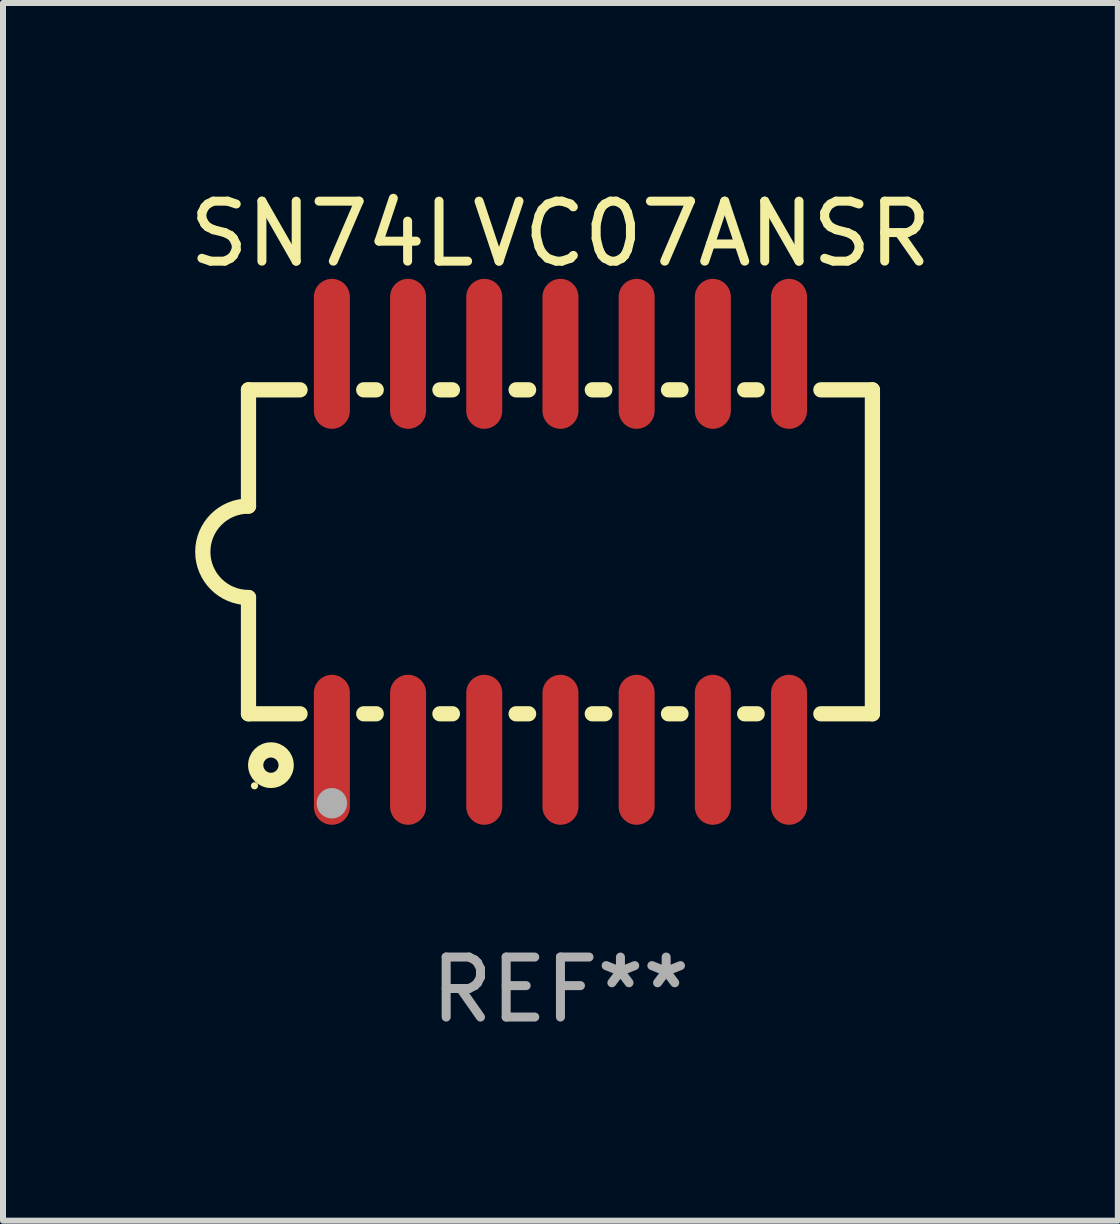
<source format=kicad_pcb>
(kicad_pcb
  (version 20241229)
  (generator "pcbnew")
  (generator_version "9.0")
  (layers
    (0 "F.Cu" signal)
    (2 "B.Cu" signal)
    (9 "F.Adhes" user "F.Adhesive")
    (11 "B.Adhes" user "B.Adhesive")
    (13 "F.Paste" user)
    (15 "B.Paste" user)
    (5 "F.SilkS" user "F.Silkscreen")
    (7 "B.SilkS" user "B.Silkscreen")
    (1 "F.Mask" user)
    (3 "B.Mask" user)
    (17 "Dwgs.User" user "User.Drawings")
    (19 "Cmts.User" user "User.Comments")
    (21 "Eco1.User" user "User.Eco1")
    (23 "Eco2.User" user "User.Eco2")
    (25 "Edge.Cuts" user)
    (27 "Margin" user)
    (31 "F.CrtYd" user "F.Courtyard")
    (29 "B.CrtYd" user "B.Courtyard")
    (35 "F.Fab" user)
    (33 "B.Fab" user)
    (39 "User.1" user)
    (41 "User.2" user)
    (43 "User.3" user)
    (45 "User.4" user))
  (footprint "SN74LVC07ANSR"
    (layer "F.Cu")
    (at 6.292 6.148)
    (property "Reference" "SN74LVC07ANSR" (at 0 -5.3 0) (layer "F.SilkS") (effects (font (size 1 1) (thickness 0.15))))
    (attr through_hole)
    (fp_line (start -5.2 -2.7) (end -5.2 -0.762) (stroke (width 0.254) (type solid)) (layer "F.SilkS"))
    (fp_line (start -5.2 -2.7) (end -4.341 -2.7) (stroke (width 0.254) (type solid)) (layer "F.SilkS"))
    (fp_line (start -5.2 2.7) (end -5.2 0.762) (stroke (width 0.254) (type solid)) (layer "F.SilkS"))
    (fp_line (start -4.341 2.7) (end -5.2 2.7) (stroke (width 0.254) (type solid)) (layer "F.SilkS"))
    (fp_line (start -3.279 -2.7) (end -3.071 -2.7) (stroke (width 0.254) (type solid)) (layer "F.SilkS"))
    (fp_line (start -3.071 2.7) (end -3.279 2.7) (stroke (width 0.254) (type solid)) (layer "F.SilkS"))
    (fp_line (start -2.009 -2.7) (end -1.801 -2.7) (stroke (width 0.254) (type solid)) (layer "F.SilkS"))
    (fp_line (start -1.801 2.7) (end -2.009 2.7) (stroke (width 0.254) (type solid)) (layer "F.SilkS"))
    (fp_line (start -0.739 -2.7) (end -0.531 -2.7) (stroke (width 0.254) (type solid)) (layer "F.SilkS"))
    (fp_line (start -0.531 2.7) (end -0.739 2.7) (stroke (width 0.254) (type solid)) (layer "F.SilkS"))
    (fp_line (start 0.531 -2.7) (end 0.739 -2.7) (stroke (width 0.254) (type solid)) (layer "F.SilkS"))
    (fp_line (start 0.739 2.7) (end 0.531 2.7) (stroke (width 0.254) (type solid)) (layer "F.SilkS"))
    (fp_line (start 1.801 -2.7) (end 2.009 -2.7) (stroke (width 0.254) (type solid)) (layer "F.SilkS"))
    (fp_line (start 2.009 2.7) (end 1.801 2.7) (stroke (width 0.254) (type solid)) (layer "F.SilkS"))
    (fp_line (start 3.071 -2.7) (end 3.279 -2.7) (stroke (width 0.254) (type solid)) (layer "F.SilkS"))
    (fp_line (start 3.279 2.7) (end 3.071 2.7) (stroke (width 0.254) (type solid)) (layer "F.SilkS"))
    (fp_line (start 4.341 -2.7) (end 5.2 -2.7) (stroke (width 0.254) (type solid)) (layer "F.SilkS"))
    (fp_line (start 5.2 2.7) (end 4.341 2.7) (stroke (width 0.254) (type solid)) (layer "F.SilkS"))
    (fp_line (start 5.2 2.7) (end 5.2 -2.7) (stroke (width 0.254) (type solid)) (layer "F.SilkS"))
    (fp_arc (start -5.2 0.762002) (mid -5.961393 -0.000305) (end -5.199391 -0.762002) (stroke (width 0.254001) (type solid)) (layer "F.SilkS"))
    (fp_circle (center -5.1 3.9) (end -5.07 3.9) (stroke (width 0.06) (type solid)) (fill no) (layer "F.SilkS"))
    (fp_circle (center -4.826 3.556) (end -4.572 3.556) (stroke (width 0.254) (type solid)) (fill no) (layer "F.SilkS"))
    (fp_circle (center -3.81 4.191) (end -3.683 4.191) (stroke (width 0.254) (type solid)) (fill no) (layer "F.Fab"))
    (fp_text user "REF**" (at 0 7.3 0) (layer "F.Fab") (effects (font (size 1 1) (thickness 0.15))))
    (pad "1" smd oval (at -3.81 3.3) (size 0.6 2.5) (layers "F.Cu" "F.Mask" "F.Paste"))
    (pad "2" smd oval (at -2.54 3.3) (size 0.6 2.5) (layers "F.Cu" "F.Mask" "F.Paste"))
    (pad "3" smd oval (at -1.27 3.3) (size 0.6 2.5) (layers "F.Cu" "F.Mask" "F.Paste"))
    (pad "4" smd oval (at 0 3.3) (size 0.6 2.5) (layers "F.Cu" "F.Mask" "F.Paste"))
    (pad "5" smd oval (at 1.27 3.3) (size 0.6 2.5) (layers "F.Cu" "F.Mask" "F.Paste"))
    (pad "6" smd oval (at 2.54 3.3) (size 0.6 2.5) (layers "F.Cu" "F.Mask" "F.Paste"))
    (pad "7" smd oval (at 3.81 3.3) (size 0.6 2.5) (layers "F.Cu" "F.Mask" "F.Paste"))
    (pad "8" smd oval (at 3.81 -3.3) (size 0.6 2.5) (layers "F.Cu" "F.Mask" "F.Paste"))
    (pad "9" smd oval (at 2.54 -3.3) (size 0.6 2.5) (layers "F.Cu" "F.Mask" "F.Paste"))
    (pad "10" smd oval (at 1.27 -3.3) (size 0.6 2.5) (layers "F.Cu" "F.Mask" "F.Paste"))
    (pad "11" smd oval (at 0 -3.3) (size 0.6 2.5) (layers "F.Cu" "F.Mask" "F.Paste"))
    (pad "12" smd oval (at -1.27 -3.3) (size 0.6 2.5) (layers "F.Cu" "F.Mask" "F.Paste"))
    (pad "13" smd oval (at -2.54 -3.3) (size 0.6 2.5) (layers "F.Cu" "F.Mask" "F.Paste"))
    (pad "14" smd oval (at -3.81 -3.3) (size 0.6 2.5) (layers "F.Cu" "F.Mask" "F.Paste")))
  (gr_rect
    (start -3 -3)
    (end 15.583 17.297)
    (stroke (width 0.1) (type default))
    (fill no)
    (layer "Edge.Cuts")))
</source>
